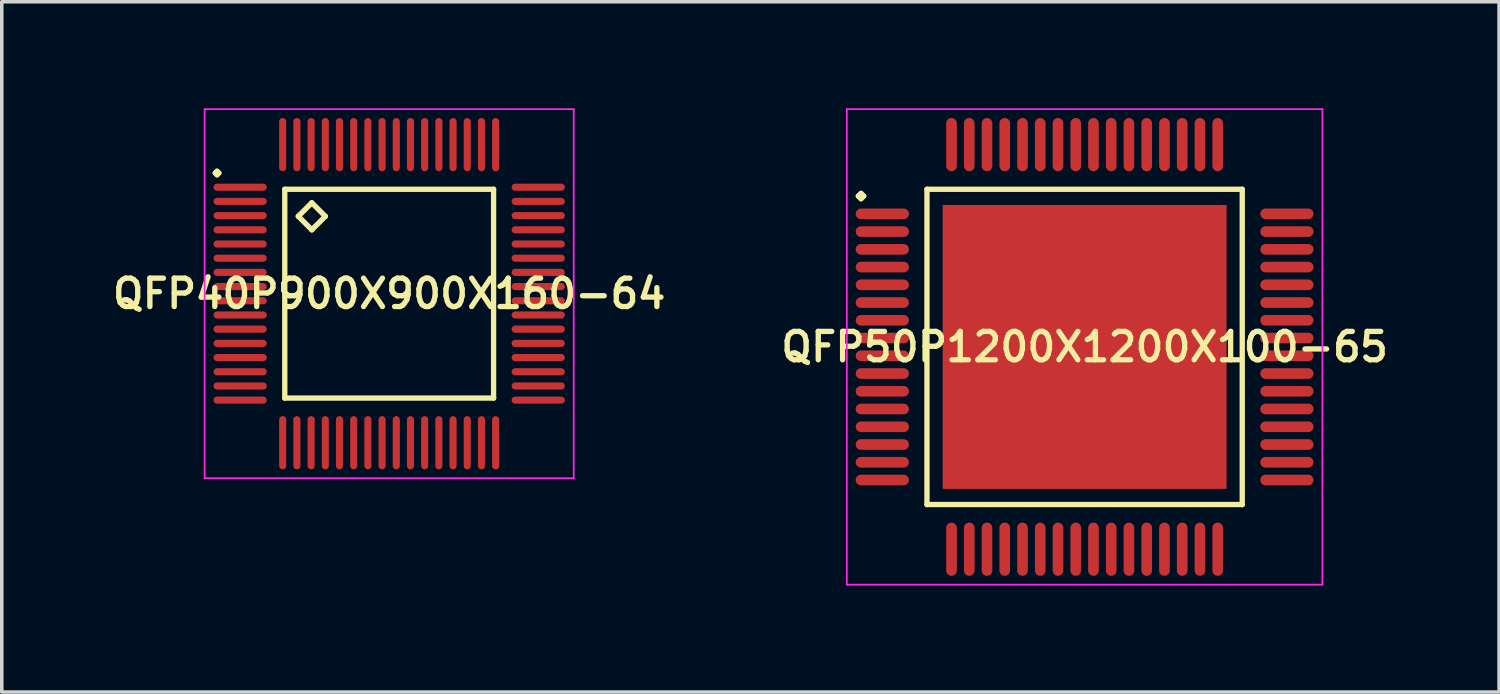
<source format=kicad_pcb>
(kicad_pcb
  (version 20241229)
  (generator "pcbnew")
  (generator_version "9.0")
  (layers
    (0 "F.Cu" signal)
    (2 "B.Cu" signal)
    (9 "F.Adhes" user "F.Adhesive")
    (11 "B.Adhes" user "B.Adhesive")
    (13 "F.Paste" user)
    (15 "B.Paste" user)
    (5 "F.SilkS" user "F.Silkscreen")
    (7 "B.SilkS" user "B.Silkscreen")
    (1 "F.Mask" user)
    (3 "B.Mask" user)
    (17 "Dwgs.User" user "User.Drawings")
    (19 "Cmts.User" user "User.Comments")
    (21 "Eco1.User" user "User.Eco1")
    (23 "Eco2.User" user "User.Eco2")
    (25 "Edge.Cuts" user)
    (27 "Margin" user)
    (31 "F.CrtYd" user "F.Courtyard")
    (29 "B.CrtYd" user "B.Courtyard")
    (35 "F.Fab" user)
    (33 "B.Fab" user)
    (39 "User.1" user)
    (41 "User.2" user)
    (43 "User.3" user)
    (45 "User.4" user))
  (footprint "QFP50P1200X1200X100-65"
    (layer "F.Cu")
    (at 27.511 6.725)
    (property "Reference" "QFP50P1200X1200X100-65" (at 0 0 0) (layer "F.SilkS") (effects (font (size 0.8 0.8) (thickness 0.15))))
    (attr smd)
    (fp_line (start -6.375 -4.25) (end -6.3 -4.325) (stroke (width 0.15) (type solid)) (layer "F.SilkS"))
    (fp_line (start -6.3 -4.325) (end -6.225 -4.25) (stroke (width 0.15) (type solid)) (layer "F.SilkS"))
    (fp_line (start -6.3 -4.175) (end -6.375 -4.25) (stroke (width 0.15) (type solid)) (layer "F.SilkS"))
    (fp_line (start -6.225 -4.25) (end -6.3 -4.175) (stroke (width 0.15) (type solid)) (layer "F.SilkS"))
    (fp_line (start -4.442 -4.442) (end -4.442 4.442) (stroke (width 0.15) (type solid)) (layer "F.SilkS"))
    (fp_line (start -4.442 4.442) (end 4.442 4.442) (stroke (width 0.15) (type solid)) (layer "F.SilkS"))
    (fp_line (start 4.442 -4.442) (end -4.442 -4.442) (stroke (width 0.15) (type solid)) (layer "F.SilkS"))
    (fp_line (start 4.442 4.442) (end 4.442 -4.442) (stroke (width 0.15) (type solid)) (layer "F.SilkS"))
    (fp_line (start -6.7 -6.7) (end 6.7 -6.7) (stroke (width 0.05) (type solid)) (layer "F.CrtYd"))
    (fp_line (start -6.7 6.7) (end -6.7 -6.7) (stroke (width 0.05) (type solid)) (layer "F.CrtYd"))
    (fp_line (start 6.7 -6.7) (end 6.7 6.7) (stroke (width 0.05) (type solid)) (layer "F.CrtYd"))
    (fp_line (start 6.7 6.7) (end -6.7 6.7) (stroke (width 0.05) (type solid)) (layer "F.CrtYd"))
    (pad "1" smd oval (at -5.7 -3.75) (size 1.5 0.3) (layers "F.Cu" "F.Mask" "F.Paste"))
    (pad "2" smd oval (at -5.7 -3.25) (size 1.5 0.3) (layers "F.Cu" "F.Mask" "F.Paste"))
    (pad "3" smd oval (at -5.7 -2.75) (size 1.5 0.3) (layers "F.Cu" "F.Mask" "F.Paste"))
    (pad "4" smd oval (at -5.7 -2.25) (size 1.5 0.3) (layers "F.Cu" "F.Mask" "F.Paste"))
    (pad "5" smd oval (at -5.7 -1.75) (size 1.5 0.3) (layers "F.Cu" "F.Mask" "F.Paste"))
    (pad "6" smd oval (at -5.7 -1.25) (size 1.5 0.3) (layers "F.Cu" "F.Mask" "F.Paste"))
    (pad "7" smd oval (at -5.7 -0.75) (size 1.5 0.3) (layers "F.Cu" "F.Mask" "F.Paste"))
    (pad "8" smd oval (at -5.7 -0.25) (size 1.5 0.3) (layers "F.Cu" "F.Mask" "F.Paste"))
    (pad "9" smd oval (at -5.7 0.25) (size 1.5 0.3) (layers "F.Cu" "F.Mask" "F.Paste"))
    (pad "10" smd oval (at -5.7 0.75) (size 1.5 0.3) (layers "F.Cu" "F.Mask" "F.Paste"))
    (pad "11" smd oval (at -5.7 1.25) (size 1.5 0.3) (layers "F.Cu" "F.Mask" "F.Paste"))
    (pad "12" smd oval (at -5.7 1.75) (size 1.5 0.3) (layers "F.Cu" "F.Mask" "F.Paste"))
    (pad "13" smd oval (at -5.7 2.25) (size 1.5 0.3) (layers "F.Cu" "F.Mask" "F.Paste"))
    (pad "14" smd oval (at -5.7 2.75) (size 1.5 0.3) (layers "F.Cu" "F.Mask" "F.Paste"))
    (pad "15" smd oval (at -5.7 3.25) (size 1.5 0.3) (layers "F.Cu" "F.Mask" "F.Paste"))
    (pad "16" smd oval (at -5.7 3.75) (size 1.5 0.3) (layers "F.Cu" "F.Mask" "F.Paste"))
    (pad "17" smd oval (at -3.75 5.7) (size 0.3 1.5) (layers "F.Cu" "F.Mask" "F.Paste"))
    (pad "18" smd oval (at -3.25 5.7) (size 0.3 1.5) (layers "F.Cu" "F.Mask" "F.Paste"))
    (pad "19" smd oval (at -2.75 5.7) (size 0.3 1.5) (layers "F.Cu" "F.Mask" "F.Paste"))
    (pad "20" smd oval (at -2.25 5.7) (size 0.3 1.5) (layers "F.Cu" "F.Mask" "F.Paste"))
    (pad "21" smd oval (at -1.75 5.7) (size 0.3 1.5) (layers "F.Cu" "F.Mask" "F.Paste"))
    (pad "22" smd oval (at -1.25 5.7) (size 0.3 1.5) (layers "F.Cu" "F.Mask" "F.Paste"))
    (pad "23" smd oval (at -0.75 5.7) (size 0.3 1.5) (layers "F.Cu" "F.Mask" "F.Paste"))
    (pad "24" smd oval (at -0.25 5.7) (size 0.3 1.5) (layers "F.Cu" "F.Mask" "F.Paste"))
    (pad "25" smd oval (at 0.25 5.7) (size 0.3 1.5) (layers "F.Cu" "F.Mask" "F.Paste"))
    (pad "26" smd oval (at 0.75 5.7) (size 0.3 1.5) (layers "F.Cu" "F.Mask" "F.Paste"))
    (pad "27" smd oval (at 1.25 5.7) (size 0.3 1.5) (layers "F.Cu" "F.Mask" "F.Paste"))
    (pad "28" smd oval (at 1.75 5.7) (size 0.3 1.5) (layers "F.Cu" "F.Mask" "F.Paste"))
    (pad "29" smd oval (at 2.25 5.7) (size 0.3 1.5) (layers "F.Cu" "F.Mask" "F.Paste"))
    (pad "30" smd oval (at 2.75 5.7) (size 0.3 1.5) (layers "F.Cu" "F.Mask" "F.Paste"))
    (pad "31" smd oval (at 3.25 5.7) (size 0.3 1.5) (layers "F.Cu" "F.Mask" "F.Paste"))
    (pad "32" smd oval (at 3.75 5.7) (size 0.3 1.5) (layers "F.Cu" "F.Mask" "F.Paste"))
    (pad "33" smd oval (at 5.7 3.75) (size 1.5 0.3) (layers "F.Cu" "F.Mask" "F.Paste"))
    (pad "34" smd oval (at 5.7 3.25) (size 1.5 0.3) (layers "F.Cu" "F.Mask" "F.Paste"))
    (pad "35" smd oval (at 5.7 2.75) (size 1.5 0.3) (layers "F.Cu" "F.Mask" "F.Paste"))
    (pad "36" smd oval (at 5.7 2.25) (size 1.5 0.3) (layers "F.Cu" "F.Mask" "F.Paste"))
    (pad "37" smd oval (at 5.7 1.75) (size 1.5 0.3) (layers "F.Cu" "F.Mask" "F.Paste"))
    (pad "38" smd oval (at 5.7 1.25) (size 1.5 0.3) (layers "F.Cu" "F.Mask" "F.Paste"))
    (pad "39" smd oval (at 5.7 0.75) (size 1.5 0.3) (layers "F.Cu" "F.Mask" "F.Paste"))
    (pad "40" smd oval (at 5.7 0.25) (size 1.5 0.3) (layers "F.Cu" "F.Mask" "F.Paste"))
    (pad "41" smd oval (at 5.7 -0.25) (size 1.5 0.3) (layers "F.Cu" "F.Mask" "F.Paste"))
    (pad "42" smd oval (at 5.7 -0.75) (size 1.5 0.3) (layers "F.Cu" "F.Mask" "F.Paste"))
    (pad "43" smd oval (at 5.7 -1.25) (size 1.5 0.3) (layers "F.Cu" "F.Mask" "F.Paste"))
    (pad "44" smd oval (at 5.7 -1.75) (size 1.5 0.3) (layers "F.Cu" "F.Mask" "F.Paste"))
    (pad "45" smd oval (at 5.7 -2.25) (size 1.5 0.3) (layers "F.Cu" "F.Mask" "F.Paste"))
    (pad "46" smd oval (at 5.7 -2.75) (size 1.5 0.3) (layers "F.Cu" "F.Mask" "F.Paste"))
    (pad "47" smd oval (at 5.7 -3.25) (size 1.5 0.3) (layers "F.Cu" "F.Mask" "F.Paste"))
    (pad "48" smd oval (at 5.7 -3.75) (size 1.5 0.3) (layers "F.Cu" "F.Mask" "F.Paste"))
    (pad "49" smd oval (at 3.75 -5.7) (size 0.3 1.5) (layers "F.Cu" "F.Mask" "F.Paste"))
    (pad "50" smd oval (at 3.25 -5.7) (size 0.3 1.5) (layers "F.Cu" "F.Mask" "F.Paste"))
    (pad "51" smd oval (at 2.75 -5.7) (size 0.3 1.5) (layers "F.Cu" "F.Mask" "F.Paste"))
    (pad "52" smd oval (at 2.25 -5.7) (size 0.3 1.5) (layers "F.Cu" "F.Mask" "F.Paste"))
    (pad "53" smd oval (at 1.75 -5.7) (size 0.3 1.5) (layers "F.Cu" "F.Mask" "F.Paste"))
    (pad "54" smd oval (at 1.25 -5.7) (size 0.3 1.5) (layers "F.Cu" "F.Mask" "F.Paste"))
    (pad "55" smd oval (at 0.75 -5.7) (size 0.3 1.5) (layers "F.Cu" "F.Mask" "F.Paste"))
    (pad "56" smd oval (at 0.25 -5.7) (size 0.3 1.5) (layers "F.Cu" "F.Mask" "F.Paste"))
    (pad "57" smd oval (at -0.25 -5.7) (size 0.3 1.5) (layers "F.Cu" "F.Mask" "F.Paste"))
    (pad "58" smd oval (at -0.75 -5.7) (size 0.3 1.5) (layers "F.Cu" "F.Mask" "F.Paste"))
    (pad "59" smd oval (at -1.25 -5.7) (size 0.3 1.5) (layers "F.Cu" "F.Mask" "F.Paste"))
    (pad "60" smd oval (at -1.75 -5.7) (size 0.3 1.5) (layers "F.Cu" "F.Mask" "F.Paste"))
    (pad "61" smd oval (at -2.25 -5.7) (size 0.3 1.5) (layers "F.Cu" "F.Mask" "F.Paste"))
    (pad "62" smd oval (at -2.75 -5.7) (size 0.3 1.5) (layers "F.Cu" "F.Mask" "F.Paste"))
    (pad "63" smd oval (at -3.25 -5.7) (size 0.3 1.5) (layers "F.Cu" "F.Mask" "F.Paste"))
    (pad "64" smd oval (at -3.75 -5.7) (size 0.3 1.5) (layers "F.Cu" "F.Mask" "F.Paste"))
    (pad "65" smd rect (at 0 0) (size 8 8) (layers "F.Cu" "F.Mask" "F.Paste")))
  (footprint "QFP40P900X900X160-64"
    (layer "F.Cu")
    (at 7.916 5.225)
    (property "Reference" "QFP40P900X900X160-64" (at 0 0 0) (layer "F.SilkS") (effects (font (size 0.8 0.8) (thickness 0.15))))
    (attr smd)
    (fp_line (start -4.9 -3.4) (end -4.85 -3.45) (stroke (width 0.15) (type solid)) (layer "F.SilkS"))
    (fp_line (start -4.85 -3.45) (end -4.8 -3.4) (stroke (width 0.15) (type solid)) (layer "F.SilkS"))
    (fp_line (start -4.85 -3.35) (end -4.9 -3.4) (stroke (width 0.15) (type solid)) (layer "F.SilkS"))
    (fp_line (start -4.8 -3.4) (end -4.85 -3.35) (stroke (width 0.15) (type solid)) (layer "F.SilkS"))
    (fp_line (start -2.942 -2.942) (end -2.942 2.942) (stroke (width 0.15) (type solid)) (layer "F.SilkS"))
    (fp_line (start -2.942 2.942) (end 2.942 2.942) (stroke (width 0.15) (type solid)) (layer "F.SilkS"))
    (fp_line (start -2.561 -2.18) (end -2.18 -2.561) (stroke (width 0.15) (type solid)) (layer "F.SilkS"))
    (fp_line (start -2.18 -2.561) (end -1.799 -2.18) (stroke (width 0.15) (type solid)) (layer "F.SilkS"))
    (fp_line (start -2.18 -1.799) (end -2.561 -2.18) (stroke (width 0.15) (type solid)) (layer "F.SilkS"))
    (fp_line (start -1.799 -2.18) (end -2.18 -1.799) (stroke (width 0.15) (type solid)) (layer "F.SilkS"))
    (fp_line (start 2.942 -2.942) (end -2.942 -2.942) (stroke (width 0.15) (type solid)) (layer "F.SilkS"))
    (fp_line (start 2.942 2.942) (end 2.942 -2.942) (stroke (width 0.15) (type solid)) (layer "F.SilkS"))
    (fp_line (start -5.2 -5.2) (end 5.2 -5.2) (stroke (width 0.05) (type solid)) (layer "F.CrtYd"))
    (fp_line (start -5.2 5.2) (end -5.2 -5.2) (stroke (width 0.05) (type solid)) (layer "F.CrtYd"))
    (fp_line (start 5.2 -5.2) (end 5.2 5.2) (stroke (width 0.05) (type solid)) (layer "F.CrtYd"))
    (fp_line (start 5.2 5.2) (end -5.2 5.2) (stroke (width 0.05) (type solid)) (layer "F.CrtYd"))
    (pad "1" smd oval (at -4.2 -3) (size 1.5 0.2) (layers "F.Cu" "F.Mask" "F.Paste"))
    (pad "2" smd oval (at -4.2 -2.6) (size 1.5 0.2) (layers "F.Cu" "F.Mask" "F.Paste"))
    (pad "3" smd oval (at -4.2 -2.2) (size 1.5 0.2) (layers "F.Cu" "F.Mask" "F.Paste"))
    (pad "4" smd oval (at -4.2 -1.8) (size 1.5 0.2) (layers "F.Cu" "F.Mask" "F.Paste"))
    (pad "5" smd oval (at -4.2 -1.4) (size 1.5 0.2) (layers "F.Cu" "F.Mask" "F.Paste"))
    (pad "6" smd oval (at -4.2 -1) (size 1.5 0.2) (layers "F.Cu" "F.Mask" "F.Paste"))
    (pad "7" smd oval (at -4.2 -0.6) (size 1.5 0.2) (layers "F.Cu" "F.Mask" "F.Paste"))
    (pad "8" smd oval (at -4.2 -0.2) (size 1.5 0.2) (layers "F.Cu" "F.Mask" "F.Paste"))
    (pad "9" smd oval (at -4.2 0.2) (size 1.5 0.2) (layers "F.Cu" "F.Mask" "F.Paste"))
    (pad "10" smd oval (at -4.2 0.6) (size 1.5 0.2) (layers "F.Cu" "F.Mask" "F.Paste"))
    (pad "11" smd oval (at -4.2 1) (size 1.5 0.2) (layers "F.Cu" "F.Mask" "F.Paste"))
    (pad "12" smd oval (at -4.2 1.4) (size 1.5 0.2) (layers "F.Cu" "F.Mask" "F.Paste"))
    (pad "13" smd oval (at -4.2 1.8) (size 1.5 0.2) (layers "F.Cu" "F.Mask" "F.Paste"))
    (pad "14" smd oval (at -4.2 2.2) (size 1.5 0.2) (layers "F.Cu" "F.Mask" "F.Paste"))
    (pad "15" smd oval (at -4.2 2.6) (size 1.5 0.2) (layers "F.Cu" "F.Mask" "F.Paste"))
    (pad "16" smd oval (at -4.2 3) (size 1.5 0.2) (layers "F.Cu" "F.Mask" "F.Paste"))
    (pad "17" smd oval (at -3 4.2) (size 0.2 1.5) (layers "F.Cu" "F.Mask" "F.Paste"))
    (pad "18" smd oval (at -2.6 4.2) (size 0.2 1.5) (layers "F.Cu" "F.Mask" "F.Paste"))
    (pad "19" smd oval (at -2.2 4.2) (size 0.2 1.5) (layers "F.Cu" "F.Mask" "F.Paste"))
    (pad "20" smd oval (at -1.8 4.2) (size 0.2 1.5) (layers "F.Cu" "F.Mask" "F.Paste"))
    (pad "21" smd oval (at -1.4 4.2) (size 0.2 1.5) (layers "F.Cu" "F.Mask" "F.Paste"))
    (pad "22" smd oval (at -1 4.2) (size 0.2 1.5) (layers "F.Cu" "F.Mask" "F.Paste"))
    (pad "23" smd oval (at -0.6 4.2) (size 0.2 1.5) (layers "F.Cu" "F.Mask" "F.Paste"))
    (pad "24" smd oval (at -0.2 4.2) (size 0.2 1.5) (layers "F.Cu" "F.Mask" "F.Paste"))
    (pad "25" smd oval (at 0.2 4.2) (size 0.2 1.5) (layers "F.Cu" "F.Mask" "F.Paste"))
    (pad "26" smd oval (at 0.6 4.2) (size 0.2 1.5) (layers "F.Cu" "F.Mask" "F.Paste"))
    (pad "27" smd oval (at 1 4.2) (size 0.2 1.5) (layers "F.Cu" "F.Mask" "F.Paste"))
    (pad "28" smd oval (at 1.4 4.2) (size 0.2 1.5) (layers "F.Cu" "F.Mask" "F.Paste"))
    (pad "29" smd oval (at 1.8 4.2) (size 0.2 1.5) (layers "F.Cu" "F.Mask" "F.Paste"))
    (pad "30" smd oval (at 2.2 4.2) (size 0.2 1.5) (layers "F.Cu" "F.Mask" "F.Paste"))
    (pad "31" smd oval (at 2.6 4.2) (size 0.2 1.5) (layers "F.Cu" "F.Mask" "F.Paste"))
    (pad "32" smd oval (at 3 4.2) (size 0.2 1.5) (layers "F.Cu" "F.Mask" "F.Paste"))
    (pad "33" smd oval (at 4.2 3) (size 1.5 0.2) (layers "F.Cu" "F.Mask" "F.Paste"))
    (pad "34" smd oval (at 4.2 2.6) (size 1.5 0.2) (layers "F.Cu" "F.Mask" "F.Paste"))
    (pad "35" smd oval (at 4.2 2.2) (size 1.5 0.2) (layers "F.Cu" "F.Mask" "F.Paste"))
    (pad "36" smd oval (at 4.2 1.8) (size 1.5 0.2) (layers "F.Cu" "F.Mask" "F.Paste"))
    (pad "37" smd oval (at 4.2 1.4) (size 1.5 0.2) (layers "F.Cu" "F.Mask" "F.Paste"))
    (pad "38" smd oval (at 4.2 1) (size 1.5 0.2) (layers "F.Cu" "F.Mask" "F.Paste"))
    (pad "39" smd oval (at 4.2 0.6) (size 1.5 0.2) (layers "F.Cu" "F.Mask" "F.Paste"))
    (pad "40" smd oval (at 4.2 0.2) (size 1.5 0.2) (layers "F.Cu" "F.Mask" "F.Paste"))
    (pad "41" smd oval (at 4.2 -0.2) (size 1.5 0.2) (layers "F.Cu" "F.Mask" "F.Paste"))
    (pad "42" smd oval (at 4.2 -0.6) (size 1.5 0.2) (layers "F.Cu" "F.Mask" "F.Paste"))
    (pad "43" smd oval (at 4.2 -1) (size 1.5 0.2) (layers "F.Cu" "F.Mask" "F.Paste"))
    (pad "44" smd oval (at 4.2 -1.4) (size 1.5 0.2) (layers "F.Cu" "F.Mask" "F.Paste"))
    (pad "45" smd oval (at 4.2 -1.8) (size 1.5 0.2) (layers "F.Cu" "F.Mask" "F.Paste"))
    (pad "46" smd oval (at 4.2 -2.2) (size 1.5 0.2) (layers "F.Cu" "F.Mask" "F.Paste"))
    (pad "47" smd oval (at 4.2 -2.6) (size 1.5 0.2) (layers "F.Cu" "F.Mask" "F.Paste"))
    (pad "48" smd oval (at 4.2 -3) (size 1.5 0.2) (layers "F.Cu" "F.Mask" "F.Paste"))
    (pad "49" smd oval (at 3 -4.2) (size 0.2 1.5) (layers "F.Cu" "F.Mask" "F.Paste"))
    (pad "50" smd oval (at 2.6 -4.2) (size 0.2 1.5) (layers "F.Cu" "F.Mask" "F.Paste"))
    (pad "51" smd oval (at 2.2 -4.2) (size 0.2 1.5) (layers "F.Cu" "F.Mask" "F.Paste"))
    (pad "52" smd oval (at 1.8 -4.2) (size 0.2 1.5) (layers "F.Cu" "F.Mask" "F.Paste"))
    (pad "53" smd oval (at 1.4 -4.2) (size 0.2 1.5) (layers "F.Cu" "F.Mask" "F.Paste"))
    (pad "54" smd oval (at 1 -4.2) (size 0.2 1.5) (layers "F.Cu" "F.Mask" "F.Paste"))
    (pad "55" smd oval (at 0.6 -4.2) (size 0.2 1.5) (layers "F.Cu" "F.Mask" "F.Paste"))
    (pad "56" smd oval (at 0.2 -4.2) (size 0.2 1.5) (layers "F.Cu" "F.Mask" "F.Paste"))
    (pad "57" smd oval (at -0.2 -4.2) (size 0.2 1.5) (layers "F.Cu" "F.Mask" "F.Paste"))
    (pad "58" smd oval (at -0.6 -4.2) (size 0.2 1.5) (layers "F.Cu" "F.Mask" "F.Paste"))
    (pad "59" smd oval (at -1 -4.2) (size 0.2 1.5) (layers "F.Cu" "F.Mask" "F.Paste"))
    (pad "60" smd oval (at -1.4 -4.2) (size 0.2 1.5) (layers "F.Cu" "F.Mask" "F.Paste"))
    (pad "61" smd oval (at -1.8 -4.2) (size 0.2 1.5) (layers "F.Cu" "F.Mask" "F.Paste"))
    (pad "62" smd oval (at -2.2 -4.2) (size 0.2 1.5) (layers "F.Cu" "F.Mask" "F.Paste"))
    (pad "63" smd oval (at -2.6 -4.2) (size 0.2 1.5) (layers "F.Cu" "F.Mask" "F.Paste"))
    (pad "64" smd oval (at -3 -4.2) (size 0.2 1.5) (layers "F.Cu" "F.Mask" "F.Paste")))
  (gr_rect
    (start -3 -3)
    (end 39.19 16.45)
    (stroke (width 0.1) (type default))
    (fill no)
    (layer "Edge.Cuts")))
</source>
